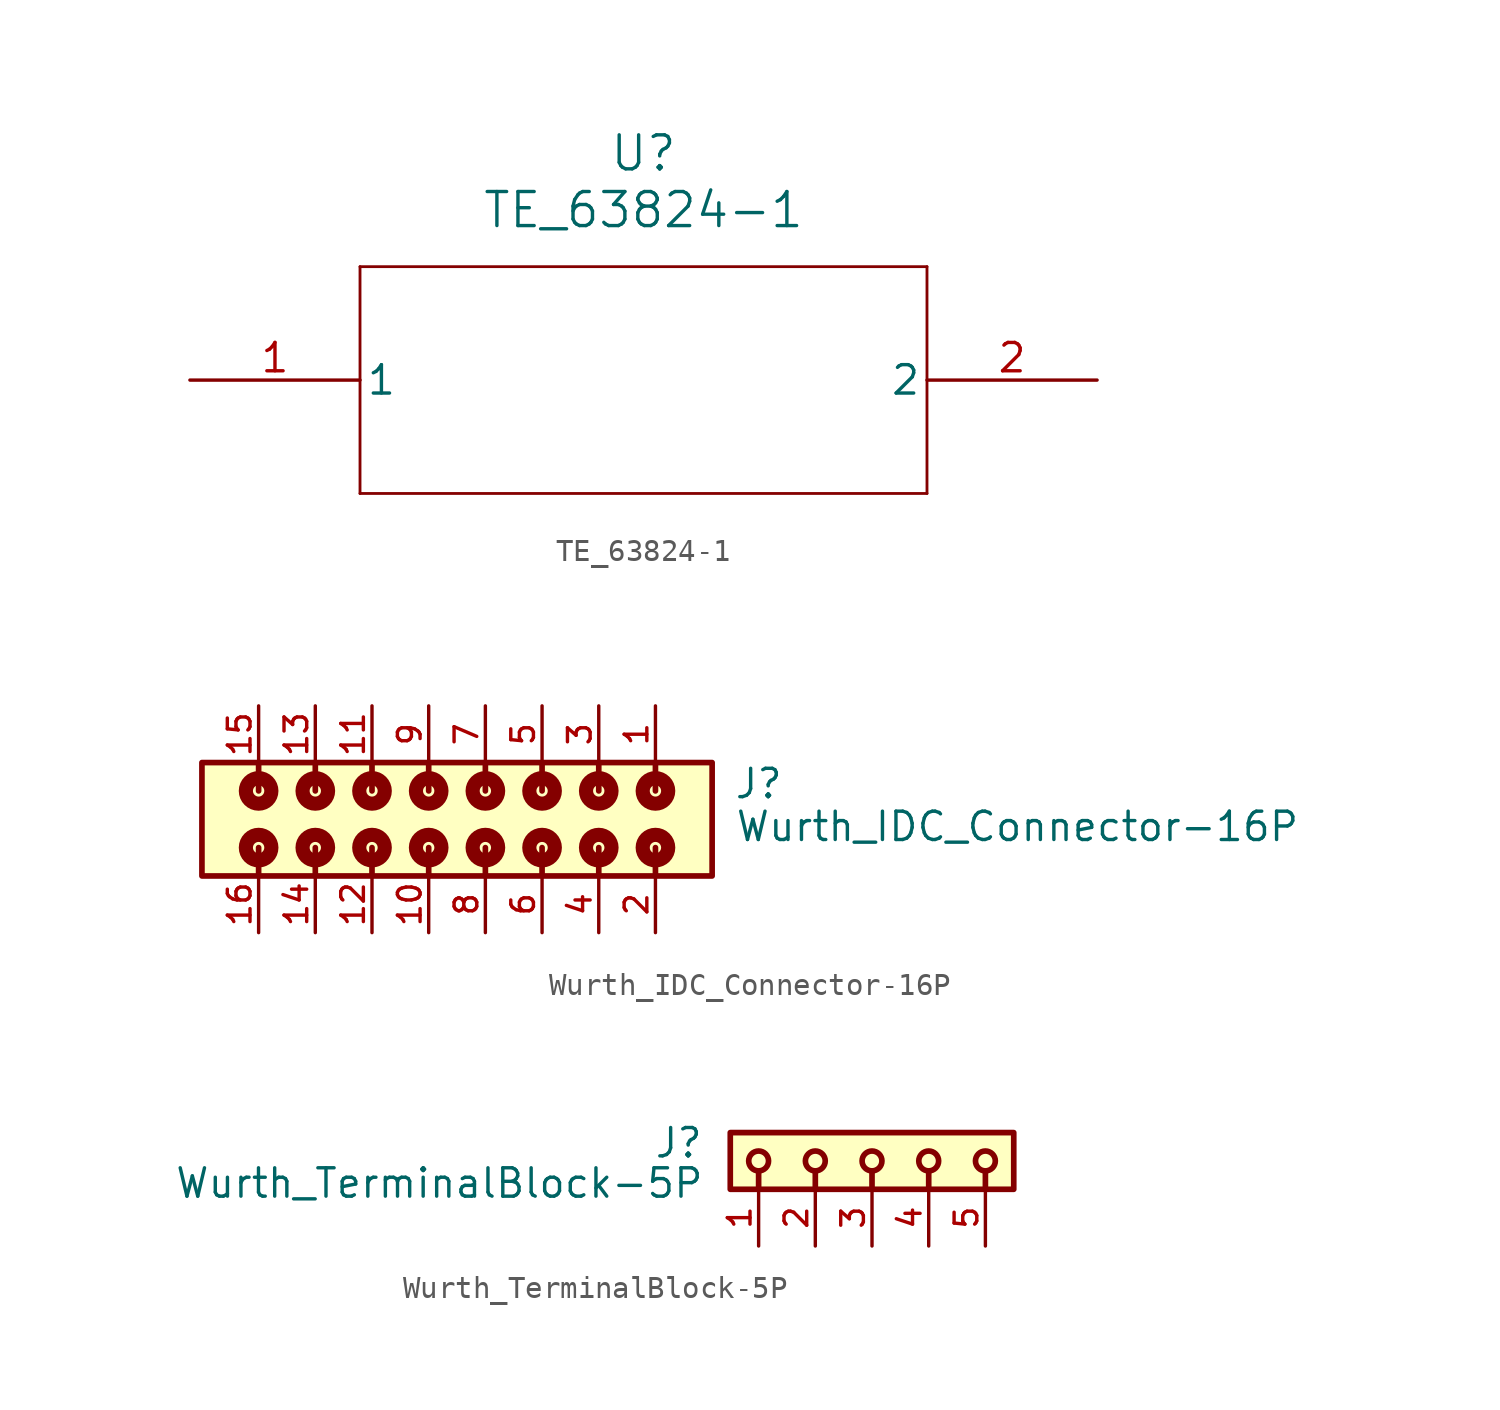
<source format=kicad_sym>
(kicad_symbol_lib
  (version 20241209)
  (generator "kicad_symbol_editor")
  (generator_version "9.0")
  (symbol "TE_63824-1"
    (pin_names
      (offset 0.254))
    (property "Reference" "U"
      (at 20.32 10.16 0)
      (effects (font (size 1.524 1.524))))
    (property "Value" "TE_63824-1"
      (at 20.32 7.62 0)
      (effects (font (size 1.524 1.524))))
    (symbol "TE_63824-1_0_1"
      (polyline (pts (xy 7.62 5.08) (xy 7.62 -5.08)) (stroke (width 0.127) (type default)) (fill (type none)))
      (polyline (pts (xy 7.62 -5.08) (xy 33.02 -5.08)) (stroke (width 0.127) (type default)) (fill (type none)))
      (polyline (pts (xy 33.02 5.08) (xy 7.62 5.08)) (stroke (width 0.127) (type default)) (fill (type none)))
      (polyline (pts (xy 33.02 -5.08) (xy 33.02 5.08)) (stroke (width 0.127) (type default)) (fill (type none)))
      (pin unspecified line (at 0 0 0) (length 7.62) (name "1" (effects (font (size 1.27 1.27)))) (number "1" (effects (font (size 1.27 1.27)))))
      (pin unspecified line (at 40.64 0 180) (length 7.62) (name "2" (effects (font (size 1.27 1.27)))) (number "2" (effects (font (size 1.27 1.27)))))))
  (symbol "Wurth_IDC_Connector-16P"
    (pin_names
      (offset 1.016))
    (property "Reference" "J"
      (at 11.12 0.85 0)
      (effects (font (size 1.27 1.27)) (justify left bottom)))
    (property "Value" "Wurth_IDC_Connector-16P"
      (at 11.16 -1.07 0)
      (effects (font (size 1.27 1.27)) (justify left bottom)))
    (symbol "Wurth_IDC_Connector-16P_0_0"
      (rectangle (start -12.7 -2.54) (end 10.16 2.54) (stroke (width 0.254) (type default)) (fill (type background)))
      (circle (center -10.16 1.27) (radius 0.254) (stroke (width 0.635) (type default)) (fill (type none)))
      (polyline (pts (xy -10.16 1.27) (xy -10.16 2.54)) (stroke (width 0.254) (type default)) (fill (type none)))
      (circle (center -10.16 -1.27) (radius 0.254) (stroke (width 0.635) (type default)) (fill (type none)))
      (polyline (pts (xy -10.16 -1.27) (xy -10.16 -2.54)) (stroke (width 0.254) (type default)) (fill (type none)))
      (circle (center -7.62 1.27) (radius 0.254) (stroke (width 0.635) (type default)) (fill (type none)))
      (polyline (pts (xy -7.62 1.27) (xy -7.62 2.54)) (stroke (width 0.254) (type default)) (fill (type none)))
      (circle (center -7.62 -1.27) (radius 0.254) (stroke (width 0.635) (type default)) (fill (type none)))
      (polyline (pts (xy -7.62 -1.27) (xy -7.62 -2.54)) (stroke (width 0.254) (type default)) (fill (type none)))
      (circle (center -5.08 1.27) (radius 0.254) (stroke (width 0.635) (type default)) (fill (type none)))
      (polyline (pts (xy -5.08 1.27) (xy -5.08 2.54)) (stroke (width 0.254) (type default)) (fill (type none)))
      (circle (center -5.08 -1.27) (radius 0.254) (stroke (width 0.635) (type default)) (fill (type none)))
      (polyline (pts (xy -5.08 -1.27) (xy -5.08 -2.54)) (stroke (width 0.254) (type default)) (fill (type none)))
      (circle (center -2.54 1.27) (radius 0.254) (stroke (width 0.635) (type default)) (fill (type none)))
      (polyline (pts (xy -2.54 1.27) (xy -2.54 2.54)) (stroke (width 0.254) (type default)) (fill (type none)))
      (circle (center -2.54 -1.27) (radius 0.254) (stroke (width 0.635) (type default)) (fill (type none)))
      (polyline (pts (xy -2.54 -1.27) (xy -2.54 -2.54)) (stroke (width 0.254) (type default)) (fill (type none)))
      (circle (center 0 1.27) (radius 0.254) (stroke (width 0.635) (type default)) (fill (type none)))
      (polyline (pts (xy 0 1.27) (xy 0 2.54)) (stroke (width 0.254) (type default)) (fill (type none)))
      (polyline (pts (xy 0 -1.27) (xy 0 -2.54)) (stroke (width 0.254) (type default)) (fill (type none)))
      (circle (center 0 -1.27) (radius 0.254) (stroke (width 0.635) (type default)) (fill (type none)))
      (polyline (pts (xy 2.54 1.27) (xy 2.54 2.54)) (stroke (width 0.254) (type default)) (fill (type none)))
      (circle (center 2.54 1.27) (radius 0.254) (stroke (width 0.635) (type default)) (fill (type none)))
      (polyline (pts (xy 2.54 -1.27) (xy 2.54 -2.54)) (stroke (width 0.254) (type default)) (fill (type none)))
      (circle (center 2.54 -1.27) (radius 0.254) (stroke (width 0.635) (type default)) (fill (type none)))
      (polyline (pts (xy 5.08 1.27) (xy 5.08 2.54)) (stroke (width 0.254) (type default)) (fill (type none)))
      (circle (center 5.08 1.27) (radius 0.254) (stroke (width 0.635) (type default)) (fill (type none)))
      (polyline (pts (xy 5.08 -1.27) (xy 5.08 -2.54)) (stroke (width 0.254) (type default)) (fill (type none)))
      (circle (center 5.08 -1.27) (radius 0.254) (stroke (width 0.635) (type default)) (fill (type none)))
      (polyline (pts (xy 7.62 1.27) (xy 7.62 2.54)) (stroke (width 0.254) (type default)) (fill (type none)))
      (circle (center 7.62 1.27) (radius 0.254) (stroke (width 0.635) (type default)) (fill (type none)))
      (polyline (pts (xy 7.62 -1.27) (xy 7.62 -2.54)) (stroke (width 0.254) (type default)) (fill (type none)))
      (circle (center 7.62 -1.27) (radius 0.254) (stroke (width 0.635) (type default)) (fill (type none)))
      (pin passive line (at -10.16 5.08 270) (length 2.54) (name "~" (effects (font (size 1.016 1.016)))) (number "15" (effects (font (size 1.016 1.016)))))
      (pin passive line (at -10.16 -5.08 90) (length 2.54) (name "~" (effects (font (size 1.016 1.016)))) (number "16" (effects (font (size 1.016 1.016)))))
      (pin passive line (at -7.62 5.08 270) (length 2.54) (name "~" (effects (font (size 1.016 1.016)))) (number "13" (effects (font (size 1.016 1.016)))))
      (pin passive line (at -7.62 -5.08 90) (length 2.54) (name "~" (effects (font (size 1.016 1.016)))) (number "14" (effects (font (size 1.016 1.016)))))
      (pin passive line (at -5.08 5.08 270) (length 2.54) (name "~" (effects (font (size 1.016 1.016)))) (number "11" (effects (font (size 1.016 1.016)))))
      (pin passive line (at -5.08 -5.08 90) (length 2.54) (name "~" (effects (font (size 1.016 1.016)))) (number "12" (effects (font (size 1.016 1.016)))))
      (pin passive line (at -2.54 5.08 270) (length 2.54) (name "~" (effects (font (size 1.016 1.016)))) (number "9" (effects (font (size 1.016 1.016)))))
      (pin passive line (at -2.54 -5.08 90) (length 2.54) (name "~" (effects (font (size 1.016 1.016)))) (number "10" (effects (font (size 1.016 1.016)))))
      (pin passive line (at 0 5.08 270) (length 2.54) (name "~" (effects (font (size 1.016 1.016)))) (number "7" (effects (font (size 1.016 1.016)))))
      (pin passive line (at 0 -5.08 90) (length 2.54) (name "~" (effects (font (size 1.016 1.016)))) (number "8" (effects (font (size 1.016 1.016)))))
      (pin passive line (at 2.54 5.08 270) (length 2.54) (name "~" (effects (font (size 1.016 1.016)))) (number "5" (effects (font (size 1.016 1.016)))))
      (pin passive line (at 2.54 -5.08 90) (length 2.54) (name "~" (effects (font (size 1.016 1.016)))) (number "6" (effects (font (size 1.016 1.016)))))
      (pin passive line (at 5.08 5.08 270) (length 2.54) (name "~" (effects (font (size 1.016 1.016)))) (number "3" (effects (font (size 1.016 1.016)))))
      (pin passive line (at 5.08 -5.08 90) (length 2.54) (name "~" (effects (font (size 1.016 1.016)))) (number "4" (effects (font (size 1.016 1.016)))))
      (pin passive line (at 7.62 5.08 270) (length 2.54) (name "~" (effects (font (size 1.016 1.016)))) (number "1" (effects (font (size 1.016 1.016)))))
      (pin passive line (at 7.62 -5.08 90) (length 2.54) (name "~" (effects (font (size 1.016 1.016)))) (number "2" (effects (font (size 1.016 1.016)))))))
  (symbol "Wurth_TerminalBlock-5P"
    (pin_names
      (offset 1.016))
    (property "Reference" "J"
      (at -7.53 -1.205 0)
      (effects (font (size 1.27 1.27)) (justify right bottom)))
    (property "Value" "Wurth_TerminalBlock-5P"
      (at -7.49 -3.01 0)
      (effects (font (size 1.27 1.27)) (justify right bottom)))
    (symbol "Wurth_TerminalBlock-5P_0_0"
      (rectangle (start -6.35 -2.54) (end 6.35 0) (stroke (width 0.254) (type default)) (fill (type background)))
      (circle (center -5.08 -1.27) (radius 0.445) (stroke (width 0.254) (type default)) (fill (type none)))
      (polyline (pts (xy -5.08 -1.778) (xy -5.08 -2.54)) (stroke (width 0.254) (type default)) (fill (type none)))
      (circle (center -2.54 -1.27) (radius 0.445) (stroke (width 0.254) (type default)) (fill (type none)))
      (polyline (pts (xy -2.54 -1.778) (xy -2.54 -2.54)) (stroke (width 0.254) (type default)) (fill (type none)))
      (circle (center 0 -1.27) (radius 0.445) (stroke (width 0.254) (type default)) (fill (type none)))
      (polyline (pts (xy 0 -1.778) (xy 0 -2.54)) (stroke (width 0.254) (type default)) (fill (type none)))
      (circle (center 2.54 -1.27) (radius 0.445) (stroke (width 0.254) (type default)) (fill (type none)))
      (polyline (pts (xy 2.54 -1.778) (xy 2.54 -2.54)) (stroke (width 0.254) (type default)) (fill (type none)))
      (circle (center 5.08 -1.27) (radius 0.445) (stroke (width 0.254) (type default)) (fill (type none)))
      (polyline (pts (xy 5.08 -1.778) (xy 5.08 -2.54)) (stroke (width 0.254) (type default)) (fill (type none)))
      (pin passive line (at -5.08 -5.08 90) (length 2.54) (name "~" (effects (font (size 1.016 1.016)))) (number "1" (effects (font (size 1.016 1.016)))))
      (pin passive line (at -2.54 -5.08 90) (length 2.54) (name "~" (effects (font (size 1.016 1.016)))) (number "2" (effects (font (size 1.016 1.016)))))
      (pin passive line (at 0 -5.08 90) (length 2.54) (name "~" (effects (font (size 1.016 1.016)))) (number "3" (effects (font (size 1.016 1.016)))))
      (pin passive line (at 2.54 -5.08 90) (length 2.54) (name "~" (effects (font (size 1.016 1.016)))) (number "4" (effects (font (size 1.016 1.016)))))
      (pin passive line (at 5.08 -5.08 90) (length 2.54) (name "~" (effects (font (size 1.016 1.016)))) (number "5" (effects (font (size 1.016 1.016))))))))
</source>
